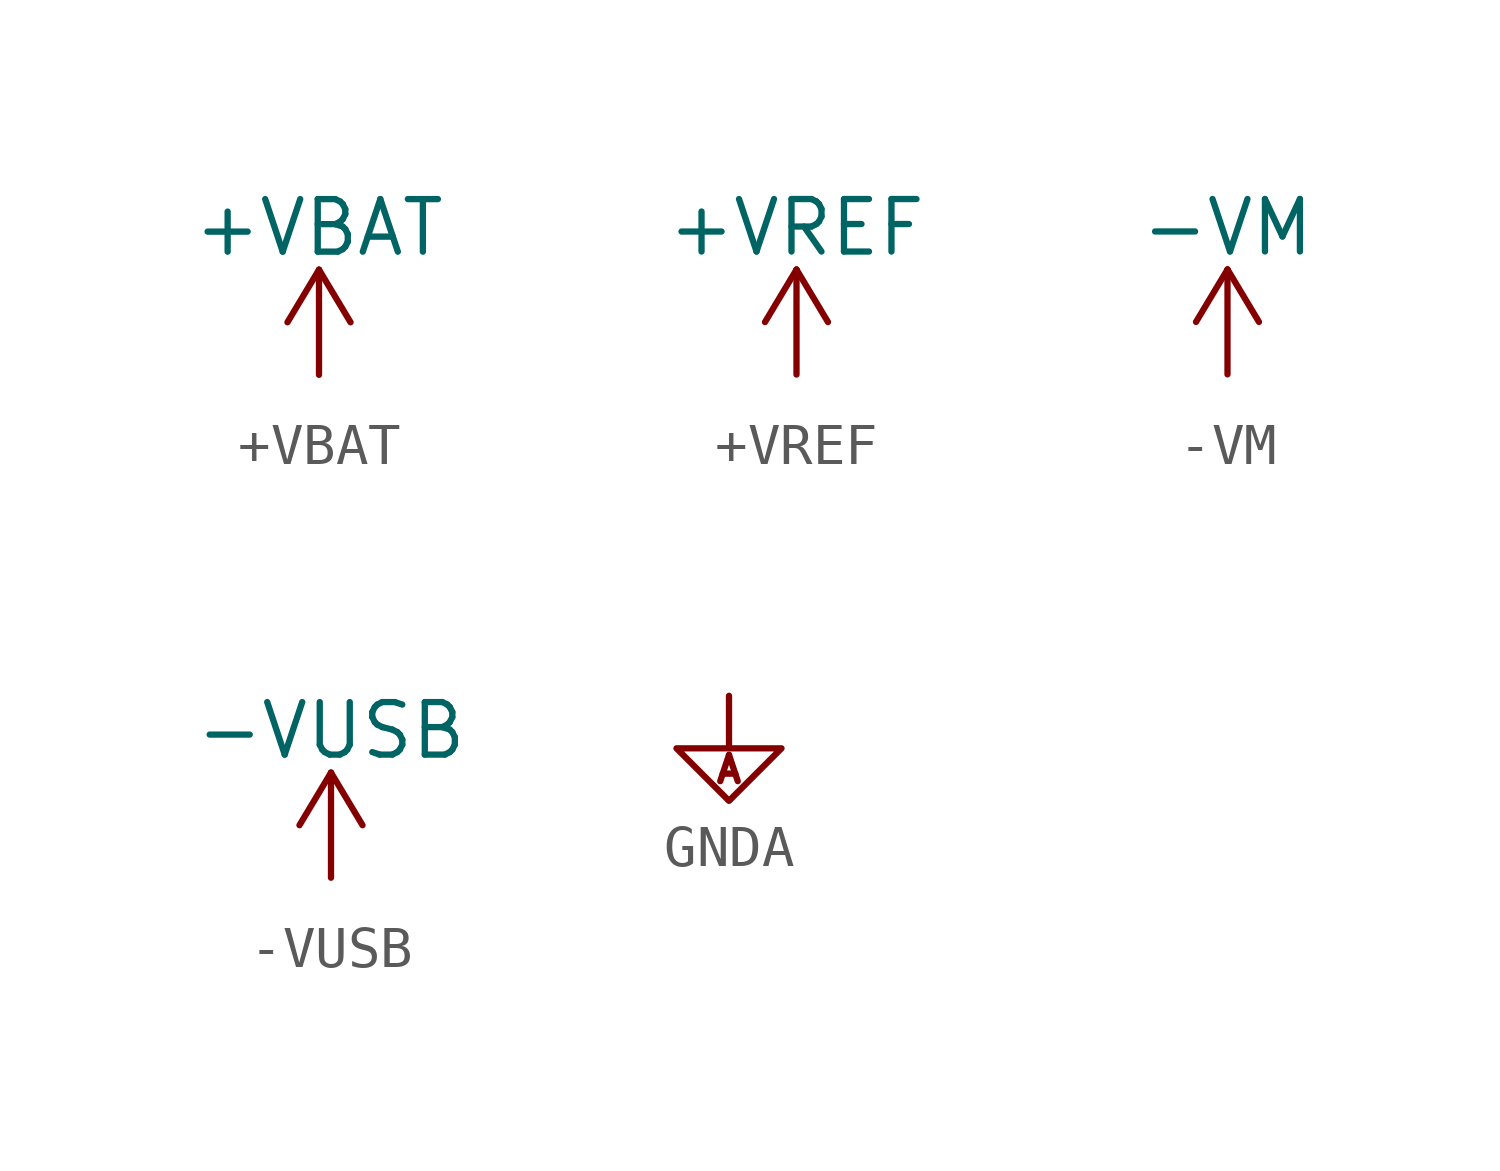
<source format=kicad_sym>
(kicad_symbol_lib
  (version 20211014)
  (generator kicad_symbol_editor)
  (symbol "+VBAT"
    (power)
    (pin_names
      (offset 0))
    (property "Reference" "#PWR"
      (at 0 -3.81 0)
      (effects (font (size 1.27 1.27)) hide))
    (property "Value" "+VBAT"
      (at 0 3.556 0)
      (effects (font (size 1.27 1.27))))
    (symbol "+VBAT_0_1"
      (polyline (pts (xy -0.762 1.27) (xy 0 2.54)) (stroke (width 0) (type default) (color 0 0 0 0)) (fill (type none)))
      (polyline (pts (xy 0 0) (xy 0 2.54)) (stroke (width 0) (type default) (color 0 0 0 0)) (fill (type none)))
      (polyline (pts (xy 0 2.54) (xy 0.762 1.27)) (stroke (width 0) (type default) (color 0 0 0 0)) (fill (type none))))
    (symbol "+VBAT_1_1"
      (pin power_in line (at 0 0 90) (length 0) hide (name "+VBAT" (effects (font (size 1.27 1.27)))) (number "1" (effects (font (size 1.27 1.27)))))))
  (symbol "+VREF"
    (power)
    (pin_names
      (offset 0))
    (property "Reference" "#PWR"
      (at 0 -3.81 0)
      (effects (font (size 1.27 1.27)) hide))
    (property "Value" "+VREF"
      (at 0 3.556 0)
      (effects (font (size 1.27 1.27))))
    (symbol "+VREF_0_1"
      (polyline (pts (xy -0.762 1.27) (xy 0 2.54)) (stroke (width 0) (type default) (color 0 0 0 0)) (fill (type none)))
      (polyline (pts (xy 0 0) (xy 0 2.54)) (stroke (width 0) (type default) (color 0 0 0 0)) (fill (type none)))
      (polyline (pts (xy 0 2.54) (xy 0.762 1.27)) (stroke (width 0) (type default) (color 0 0 0 0)) (fill (type none))))
    (symbol "+VREF_1_1"
      (pin power_in line (at 0 0 90) (length 0) hide (name "+VREF" (effects (font (size 1.27 1.27)))) (number "1" (effects (font (size 1.27 1.27)))))))
  (symbol "-VM"
    (power)
    (pin_names
      (offset 0))
    (property "Reference" "#PWR"
      (at 0 -3.81 0)
      (effects (font (size 1.27 1.27)) hide))
    (property "Value" "-VM"
      (at 0 3.556 0)
      (effects (font (size 1.27 1.27))))
    (symbol "-VM_0_1"
      (polyline (pts (xy -0.762 1.27) (xy 0 2.54)) (stroke (width 0) (type default) (color 0 0 0 0)) (fill (type none)))
      (polyline (pts (xy 0 0) (xy 0 2.54)) (stroke (width 0) (type default) (color 0 0 0 0)) (fill (type none)))
      (polyline (pts (xy 0 2.54) (xy 0.762 1.27)) (stroke (width 0) (type default) (color 0 0 0 0)) (fill (type none))))
    (symbol "-VM_1_1"
      (pin power_in line (at 0 0 90) (length 0) hide (name "-VM" (effects (font (size 1.27 1.27)))) (number "1" (effects (font (size 1.27 1.27)))))))
  (symbol "-VUSB"
    (power)
    (pin_names
      (offset 0))
    (property "Reference" "#PWR"
      (at 0 -3.81 0)
      (effects (font (size 1.27 1.27)) hide))
    (property "Value" "-VUSB"
      (at 0 3.556 0)
      (effects (font (size 1.27 1.27))))
    (symbol "-VUSB_0_1"
      (polyline (pts (xy -0.762 1.27) (xy 0 2.54)) (stroke (width 0) (type default) (color 0 0 0 0)) (fill (type none)))
      (polyline (pts (xy 0 0) (xy 0 2.54)) (stroke (width 0) (type default) (color 0 0 0 0)) (fill (type none)))
      (polyline (pts (xy 0 2.54) (xy 0.762 1.27)) (stroke (width 0) (type default) (color 0 0 0 0)) (fill (type none))))
    (symbol "-VUSB_1_1"
      (pin power_in line (at 0 0 90) (length 0) hide (name "-VUSB" (effects (font (size 1.27 1.27)))) (number "1" (effects (font (size 1.27 1.27)))))))
  (symbol "GNDA"
    (power)
    (pin_names
      (offset 0))
    (property "Reference" "#PWR"
      (at 0 -6.35 0)
      (effects (font (size 1.27 1.27)) hide))
    (symbol "GNDA_0_0"
      (text "A" (at 0 -1.778 0) (effects (font (size 0.635 0.635)))))
    (symbol "GNDA_0_1"
      (polyline (pts (xy 0 0) (xy 0 -1.27) (xy 1.27 -1.27) (xy 0 -2.54) (xy -1.27 -1.27) (xy 0 -1.27)) (stroke (width 0) (type default) (color 0 0 0 0)) (fill (type none))))
    (symbol "GNDA_1_1"
      (pin power_in line (at 0 0 270) (length 0) hide (name "GNDA" (effects (font (size 1.27 1.27)))) (number "1" (effects (font (size 1.27 1.27))))))))
</source>
